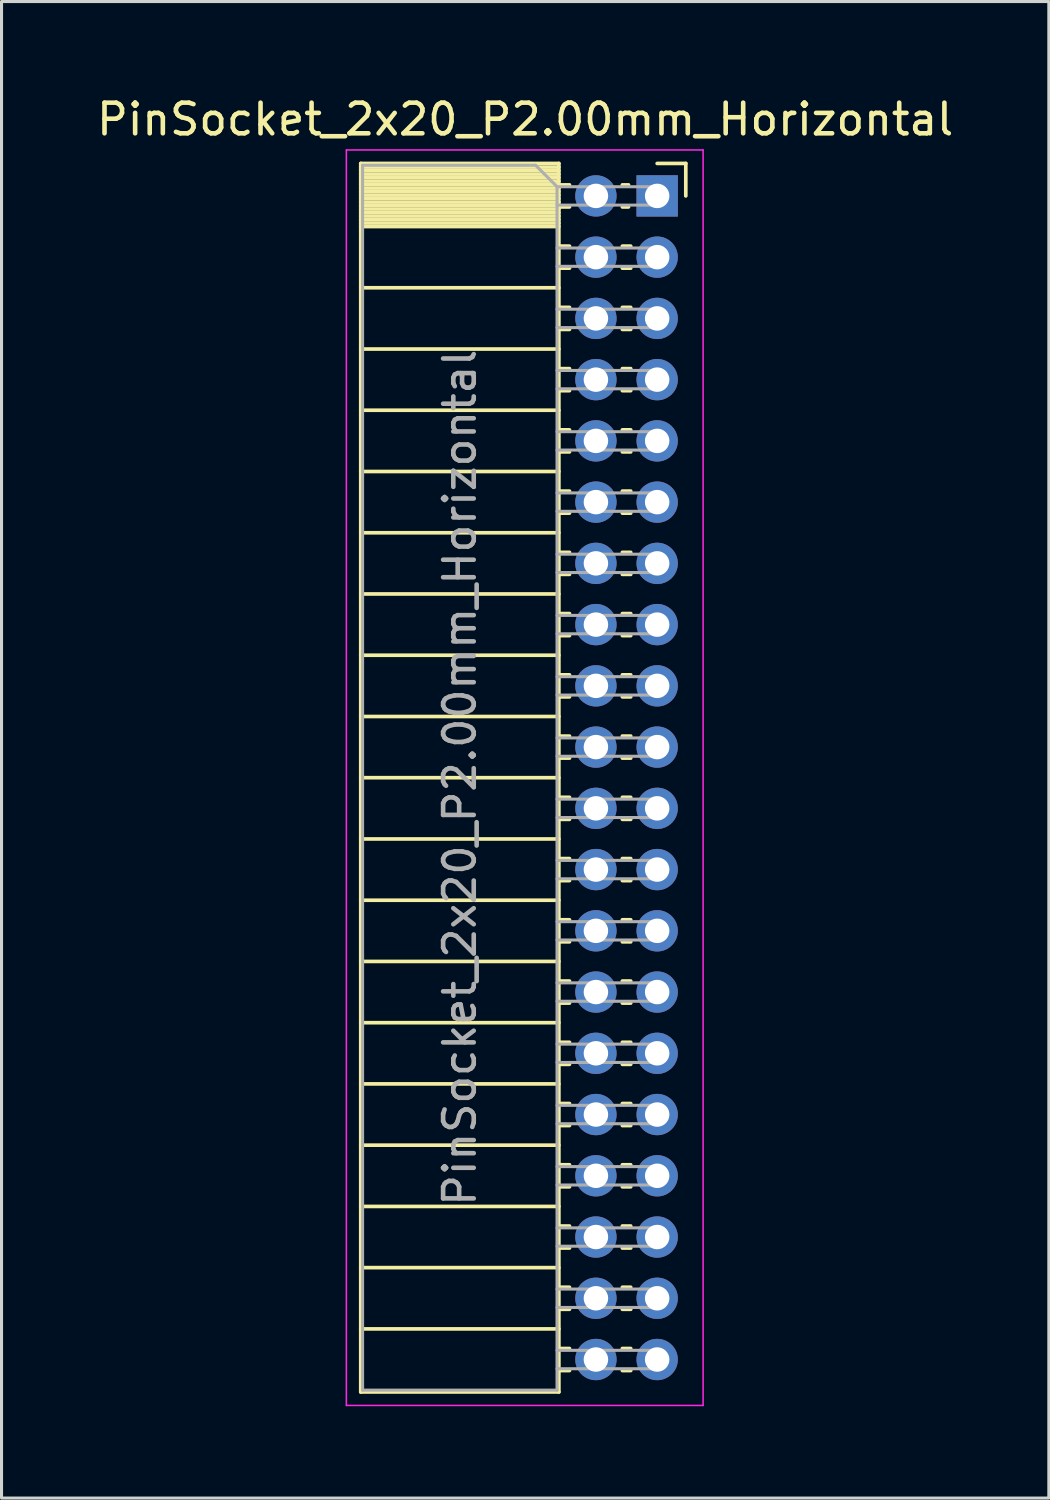
<source format=kicad_pcb>
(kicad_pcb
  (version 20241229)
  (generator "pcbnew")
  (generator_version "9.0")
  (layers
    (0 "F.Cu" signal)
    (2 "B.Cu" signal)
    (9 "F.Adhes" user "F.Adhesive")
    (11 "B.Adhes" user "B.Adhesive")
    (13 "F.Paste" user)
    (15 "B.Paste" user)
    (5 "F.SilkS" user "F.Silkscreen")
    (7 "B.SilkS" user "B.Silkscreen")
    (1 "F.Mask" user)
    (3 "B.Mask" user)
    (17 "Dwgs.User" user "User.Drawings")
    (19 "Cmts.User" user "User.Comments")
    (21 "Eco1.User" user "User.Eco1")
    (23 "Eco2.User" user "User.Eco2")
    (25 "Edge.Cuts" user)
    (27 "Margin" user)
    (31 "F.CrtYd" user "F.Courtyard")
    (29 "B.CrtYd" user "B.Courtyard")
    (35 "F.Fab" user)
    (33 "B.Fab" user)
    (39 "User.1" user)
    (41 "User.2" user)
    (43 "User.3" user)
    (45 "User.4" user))
  (footprint "PinSocket_2x20_P2.00mm_Horizontal"
    (layer "F.Cu")
    (at 18.411 3.348)
    (property "Reference" "PinSocket_2x20_P2.00mm_Horizontal" (at -4.31 -2.5 0) (layer "F.SilkS") (effects (font (size 1 1) (thickness 0.15))))
    (attr through_hole)
    (fp_line (start -9.68 -1.06) (end -9.68 39.06) (stroke (width 0.12) (type solid)) (layer "F.SilkS"))
    (fp_line (start -9.68 -1.06) (end -3.21 -1.06) (stroke (width 0.12) (type solid)) (layer "F.SilkS"))
    (fp_line (start -9.68 -0.94) (end -3.21 -0.94) (stroke (width 0.12) (type solid)) (layer "F.SilkS"))
    (fp_line (start -9.68 -0.826) (end -3.21 -0.826) (stroke (width 0.12) (type solid)) (layer "F.SilkS"))
    (fp_line (start -9.68 -0.712) (end -3.21 -0.712) (stroke (width 0.12) (type solid)) (layer "F.SilkS"))
    (fp_line (start -9.68 -0.598) (end -3.21 -0.598) (stroke (width 0.12) (type solid)) (layer "F.SilkS"))
    (fp_line (start -9.68 -0.484) (end -3.21 -0.484) (stroke (width 0.12) (type solid)) (layer "F.SilkS"))
    (fp_line (start -9.68 -0.369) (end -3.21 -0.369) (stroke (width 0.12) (type solid)) (layer "F.SilkS"))
    (fp_line (start -9.68 -0.255) (end -3.21 -0.255) (stroke (width 0.12) (type solid)) (layer "F.SilkS"))
    (fp_line (start -9.68 -0.141) (end -3.21 -0.141) (stroke (width 0.12) (type solid)) (layer "F.SilkS"))
    (fp_line (start -9.68 -0.027) (end -3.21 -0.027) (stroke (width 0.12) (type solid)) (layer "F.SilkS"))
    (fp_line (start -9.68 0.087) (end -3.21 0.087) (stroke (width 0.12) (type solid)) (layer "F.SilkS"))
    (fp_line (start -9.68 0.201) (end -3.21 0.201) (stroke (width 0.12) (type solid)) (layer "F.SilkS"))
    (fp_line (start -9.68 0.315) (end -3.21 0.315) (stroke (width 0.12) (type solid)) (layer "F.SilkS"))
    (fp_line (start -9.68 0.429) (end -3.21 0.429) (stroke (width 0.12) (type solid)) (layer "F.SilkS"))
    (fp_line (start -9.68 0.544) (end -3.21 0.544) (stroke (width 0.12) (type solid)) (layer "F.SilkS"))
    (fp_line (start -9.68 0.658) (end -3.21 0.658) (stroke (width 0.12) (type solid)) (layer "F.SilkS"))
    (fp_line (start -9.68 0.772) (end -3.21 0.772) (stroke (width 0.12) (type solid)) (layer "F.SilkS"))
    (fp_line (start -9.68 0.886) (end -3.21 0.886) (stroke (width 0.12) (type solid)) (layer "F.SilkS"))
    (fp_line (start -9.68 1) (end -3.21 1) (stroke (width 0.12) (type solid)) (layer "F.SilkS"))
    (fp_line (start -9.68 3) (end -3.21 3) (stroke (width 0.12) (type solid)) (layer "F.SilkS"))
    (fp_line (start -9.68 5) (end -3.21 5) (stroke (width 0.12) (type solid)) (layer "F.SilkS"))
    (fp_line (start -9.68 7) (end -3.21 7) (stroke (width 0.12) (type solid)) (layer "F.SilkS"))
    (fp_line (start -9.68 9) (end -3.21 9) (stroke (width 0.12) (type solid)) (layer "F.SilkS"))
    (fp_line (start -9.68 11) (end -3.21 11) (stroke (width 0.12) (type solid)) (layer "F.SilkS"))
    (fp_line (start -9.68 13) (end -3.21 13) (stroke (width 0.12) (type solid)) (layer "F.SilkS"))
    (fp_line (start -9.68 15) (end -3.21 15) (stroke (width 0.12) (type solid)) (layer "F.SilkS"))
    (fp_line (start -9.68 17) (end -3.21 17) (stroke (width 0.12) (type solid)) (layer "F.SilkS"))
    (fp_line (start -9.68 19) (end -3.21 19) (stroke (width 0.12) (type solid)) (layer "F.SilkS"))
    (fp_line (start -9.68 21) (end -3.21 21) (stroke (width 0.12) (type solid)) (layer "F.SilkS"))
    (fp_line (start -9.68 23) (end -3.21 23) (stroke (width 0.12) (type solid)) (layer "F.SilkS"))
    (fp_line (start -9.68 25) (end -3.21 25) (stroke (width 0.12) (type solid)) (layer "F.SilkS"))
    (fp_line (start -9.68 27) (end -3.21 27) (stroke (width 0.12) (type solid)) (layer "F.SilkS"))
    (fp_line (start -9.68 29) (end -3.21 29) (stroke (width 0.12) (type solid)) (layer "F.SilkS"))
    (fp_line (start -9.68 31) (end -3.21 31) (stroke (width 0.12) (type solid)) (layer "F.SilkS"))
    (fp_line (start -9.68 33) (end -3.21 33) (stroke (width 0.12) (type solid)) (layer "F.SilkS"))
    (fp_line (start -9.68 35) (end -3.21 35) (stroke (width 0.12) (type solid)) (layer "F.SilkS"))
    (fp_line (start -9.68 37) (end -3.21 37) (stroke (width 0.12) (type solid)) (layer "F.SilkS"))
    (fp_line (start -9.68 39.06) (end -3.21 39.06) (stroke (width 0.12) (type solid)) (layer "F.SilkS"))
    (fp_line (start -3.21 -1.06) (end -3.21 39.06) (stroke (width 0.12) (type solid)) (layer "F.SilkS"))
    (fp_line (start -3.21 -0.36) (end -2.863 -0.36) (stroke (width 0.12) (type solid)) (layer "F.SilkS"))
    (fp_line (start -3.21 0.36) (end -2.863 0.36) (stroke (width 0.12) (type solid)) (layer "F.SilkS"))
    (fp_line (start -3.21 1.64) (end -2.863 1.64) (stroke (width 0.12) (type solid)) (layer "F.SilkS"))
    (fp_line (start -3.21 2.36) (end -2.863 2.36) (stroke (width 0.12) (type solid)) (layer "F.SilkS"))
    (fp_line (start -3.21 3.64) (end -2.863 3.64) (stroke (width 0.12) (type solid)) (layer "F.SilkS"))
    (fp_line (start -3.21 4.36) (end -2.863 4.36) (stroke (width 0.12) (type solid)) (layer "F.SilkS"))
    (fp_line (start -3.21 5.64) (end -2.863 5.64) (stroke (width 0.12) (type solid)) (layer "F.SilkS"))
    (fp_line (start -3.21 6.36) (end -2.863 6.36) (stroke (width 0.12) (type solid)) (layer "F.SilkS"))
    (fp_line (start -3.21 7.64) (end -2.863 7.64) (stroke (width 0.12) (type solid)) (layer "F.SilkS"))
    (fp_line (start -3.21 8.36) (end -2.863 8.36) (stroke (width 0.12) (type solid)) (layer "F.SilkS"))
    (fp_line (start -3.21 9.64) (end -2.863 9.64) (stroke (width 0.12) (type solid)) (layer "F.SilkS"))
    (fp_line (start -3.21 10.36) (end -2.863 10.36) (stroke (width 0.12) (type solid)) (layer "F.SilkS"))
    (fp_line (start -3.21 11.64) (end -2.863 11.64) (stroke (width 0.12) (type solid)) (layer "F.SilkS"))
    (fp_line (start -3.21 12.36) (end -2.863 12.36) (stroke (width 0.12) (type solid)) (layer "F.SilkS"))
    (fp_line (start -3.21 13.64) (end -2.863 13.64) (stroke (width 0.12) (type solid)) (layer "F.SilkS"))
    (fp_line (start -3.21 14.36) (end -2.863 14.36) (stroke (width 0.12) (type solid)) (layer "F.SilkS"))
    (fp_line (start -3.21 15.64) (end -2.863 15.64) (stroke (width 0.12) (type solid)) (layer "F.SilkS"))
    (fp_line (start -3.21 16.36) (end -2.863 16.36) (stroke (width 0.12) (type solid)) (layer "F.SilkS"))
    (fp_line (start -3.21 17.64) (end -2.863 17.64) (stroke (width 0.12) (type solid)) (layer "F.SilkS"))
    (fp_line (start -3.21 18.36) (end -2.863 18.36) (stroke (width 0.12) (type solid)) (layer "F.SilkS"))
    (fp_line (start -3.21 19.64) (end -2.863 19.64) (stroke (width 0.12) (type solid)) (layer "F.SilkS"))
    (fp_line (start -3.21 20.36) (end -2.863 20.36) (stroke (width 0.12) (type solid)) (layer "F.SilkS"))
    (fp_line (start -3.21 21.64) (end -2.863 21.64) (stroke (width 0.12) (type solid)) (layer "F.SilkS"))
    (fp_line (start -3.21 22.36) (end -2.863 22.36) (stroke (width 0.12) (type solid)) (layer "F.SilkS"))
    (fp_line (start -3.21 23.64) (end -2.863 23.64) (stroke (width 0.12) (type solid)) (layer "F.SilkS"))
    (fp_line (start -3.21 24.36) (end -2.863 24.36) (stroke (width 0.12) (type solid)) (layer "F.SilkS"))
    (fp_line (start -3.21 25.64) (end -2.863 25.64) (stroke (width 0.12) (type solid)) (layer "F.SilkS"))
    (fp_line (start -3.21 26.36) (end -2.863 26.36) (stroke (width 0.12) (type solid)) (layer "F.SilkS"))
    (fp_line (start -3.21 27.64) (end -2.863 27.64) (stroke (width 0.12) (type solid)) (layer "F.SilkS"))
    (fp_line (start -3.21 28.36) (end -2.863 28.36) (stroke (width 0.12) (type solid)) (layer "F.SilkS"))
    (fp_line (start -3.21 29.64) (end -2.863 29.64) (stroke (width 0.12) (type solid)) (layer "F.SilkS"))
    (fp_line (start -3.21 30.36) (end -2.863 30.36) (stroke (width 0.12) (type solid)) (layer "F.SilkS"))
    (fp_line (start -3.21 31.64) (end -2.863 31.64) (stroke (width 0.12) (type solid)) (layer "F.SilkS"))
    (fp_line (start -3.21 32.36) (end -2.863 32.36) (stroke (width 0.12) (type solid)) (layer "F.SilkS"))
    (fp_line (start -3.21 33.64) (end -2.863 33.64) (stroke (width 0.12) (type solid)) (layer "F.SilkS"))
    (fp_line (start -3.21 34.36) (end -2.863 34.36) (stroke (width 0.12) (type solid)) (layer "F.SilkS"))
    (fp_line (start -3.21 35.64) (end -2.863 35.64) (stroke (width 0.12) (type solid)) (layer "F.SilkS"))
    (fp_line (start -3.21 36.36) (end -2.863 36.36) (stroke (width 0.12) (type solid)) (layer "F.SilkS"))
    (fp_line (start -3.21 37.64) (end -2.863 37.64) (stroke (width 0.12) (type solid)) (layer "F.SilkS"))
    (fp_line (start -3.21 38.36) (end -2.863 38.36) (stroke (width 0.12) (type solid)) (layer "F.SilkS"))
    (fp_line (start -1.137 -0.36) (end -0.935 -0.36) (stroke (width 0.12) (type solid)) (layer "F.SilkS"))
    (fp_line (start -1.137 0.36) (end -0.935 0.36) (stroke (width 0.12) (type solid)) (layer "F.SilkS"))
    (fp_line (start -1.137 1.64) (end -0.863 1.64) (stroke (width 0.12) (type solid)) (layer "F.SilkS"))
    (fp_line (start -1.137 2.36) (end -0.863 2.36) (stroke (width 0.12) (type solid)) (layer "F.SilkS"))
    (fp_line (start -1.137 3.64) (end -0.863 3.64) (stroke (width 0.12) (type solid)) (layer "F.SilkS"))
    (fp_line (start -1.137 4.36) (end -0.863 4.36) (stroke (width 0.12) (type solid)) (layer "F.SilkS"))
    (fp_line (start -1.137 5.64) (end -0.863 5.64) (stroke (width 0.12) (type solid)) (layer "F.SilkS"))
    (fp_line (start -1.137 6.36) (end -0.863 6.36) (stroke (width 0.12) (type solid)) (layer "F.SilkS"))
    (fp_line (start -1.137 7.64) (end -0.863 7.64) (stroke (width 0.12) (type solid)) (layer "F.SilkS"))
    (fp_line (start -1.137 8.36) (end -0.863 8.36) (stroke (width 0.12) (type solid)) (layer "F.SilkS"))
    (fp_line (start -1.137 9.64) (end -0.863 9.64) (stroke (width 0.12) (type solid)) (layer "F.SilkS"))
    (fp_line (start -1.137 10.36) (end -0.863 10.36) (stroke (width 0.12) (type solid)) (layer "F.SilkS"))
    (fp_line (start -1.137 11.64) (end -0.863 11.64) (stroke (width 0.12) (type solid)) (layer "F.SilkS"))
    (fp_line (start -1.137 12.36) (end -0.863 12.36) (stroke (width 0.12) (type solid)) (layer "F.SilkS"))
    (fp_line (start -1.137 13.64) (end -0.863 13.64) (stroke (width 0.12) (type solid)) (layer "F.SilkS"))
    (fp_line (start -1.137 14.36) (end -0.863 14.36) (stroke (width 0.12) (type solid)) (layer "F.SilkS"))
    (fp_line (start -1.137 15.64) (end -0.863 15.64) (stroke (width 0.12) (type solid)) (layer "F.SilkS"))
    (fp_line (start -1.137 16.36) (end -0.863 16.36) (stroke (width 0.12) (type solid)) (layer "F.SilkS"))
    (fp_line (start -1.137 17.64) (end -0.863 17.64) (stroke (width 0.12) (type solid)) (layer "F.SilkS"))
    (fp_line (start -1.137 18.36) (end -0.863 18.36) (stroke (width 0.12) (type solid)) (layer "F.SilkS"))
    (fp_line (start -1.137 19.64) (end -0.863 19.64) (stroke (width 0.12) (type solid)) (layer "F.SilkS"))
    (fp_line (start -1.137 20.36) (end -0.863 20.36) (stroke (width 0.12) (type solid)) (layer "F.SilkS"))
    (fp_line (start -1.137 21.64) (end -0.863 21.64) (stroke (width 0.12) (type solid)) (layer "F.SilkS"))
    (fp_line (start -1.137 22.36) (end -0.863 22.36) (stroke (width 0.12) (type solid)) (layer "F.SilkS"))
    (fp_line (start -1.137 23.64) (end -0.863 23.64) (stroke (width 0.12) (type solid)) (layer "F.SilkS"))
    (fp_line (start -1.137 24.36) (end -0.863 24.36) (stroke (width 0.12) (type solid)) (layer "F.SilkS"))
    (fp_line (start -1.137 25.64) (end -0.863 25.64) (stroke (width 0.12) (type solid)) (layer "F.SilkS"))
    (fp_line (start -1.137 26.36) (end -0.863 26.36) (stroke (width 0.12) (type solid)) (layer "F.SilkS"))
    (fp_line (start -1.137 27.64) (end -0.863 27.64) (stroke (width 0.12) (type solid)) (layer "F.SilkS"))
    (fp_line (start -1.137 28.36) (end -0.863 28.36) (stroke (width 0.12) (type solid)) (layer "F.SilkS"))
    (fp_line (start -1.137 29.64) (end -0.863 29.64) (stroke (width 0.12) (type solid)) (layer "F.SilkS"))
    (fp_line (start -1.137 30.36) (end -0.863 30.36) (stroke (width 0.12) (type solid)) (layer "F.SilkS"))
    (fp_line (start -1.137 31.64) (end -0.863 31.64) (stroke (width 0.12) (type solid)) (layer "F.SilkS"))
    (fp_line (start -1.137 32.36) (end -0.863 32.36) (stroke (width 0.12) (type solid)) (layer "F.SilkS"))
    (fp_line (start -1.137 33.64) (end -0.863 33.64) (stroke (width 0.12) (type solid)) (layer "F.SilkS"))
    (fp_line (start -1.137 34.36) (end -0.863 34.36) (stroke (width 0.12) (type solid)) (layer "F.SilkS"))
    (fp_line (start -1.137 35.64) (end -0.863 35.64) (stroke (width 0.12) (type solid)) (layer "F.SilkS"))
    (fp_line (start -1.137 36.36) (end -0.863 36.36) (stroke (width 0.12) (type solid)) (layer "F.SilkS"))
    (fp_line (start -1.137 37.64) (end -0.863 37.64) (stroke (width 0.12) (type solid)) (layer "F.SilkS"))
    (fp_line (start -1.137 38.36) (end -0.863 38.36) (stroke (width 0.12) (type solid)) (layer "F.SilkS"))
    (fp_line (start 0 -1.06) (end 0.935 -1.06) (stroke (width 0.12) (type solid)) (layer "F.SilkS"))
    (fp_line (start 0.935 -1.06) (end 0.935 0) (stroke (width 0.12) (type solid)) (layer "F.SilkS"))
    (fp_line (start -10.15 -1.5) (end -10.15 39.5) (stroke (width 0.05) (type solid)) (layer "F.CrtYd"))
    (fp_line (start -10.15 39.5) (end 1.5 39.5) (stroke (width 0.05) (type solid)) (layer "F.CrtYd"))
    (fp_line (start 1.5 -1.5) (end -10.15 -1.5) (stroke (width 0.05) (type solid)) (layer "F.CrtYd"))
    (fp_line (start 1.5 39.5) (end 1.5 -1.5) (stroke (width 0.05) (type solid)) (layer "F.CrtYd"))
    (fp_line (start -9.62 -1) (end -3.97 -1) (stroke (width 0.1) (type solid)) (layer "F.Fab"))
    (fp_line (start -9.62 39) (end -9.62 -1) (stroke (width 0.1) (type solid)) (layer "F.Fab"))
    (fp_line (start -3.97 -1) (end -3.27 -0.3) (stroke (width 0.1) (type solid)) (layer "F.Fab"))
    (fp_line (start -3.27 -0.3) (end -3.27 39) (stroke (width 0.1) (type solid)) (layer "F.Fab"))
    (fp_line (start -3.27 0.3) (end 0 0.3) (stroke (width 0.1) (type solid)) (layer "F.Fab"))
    (fp_line (start -3.27 2.3) (end 0 2.3) (stroke (width 0.1) (type solid)) (layer "F.Fab"))
    (fp_line (start -3.27 4.3) (end 0 4.3) (stroke (width 0.1) (type solid)) (layer "F.Fab"))
    (fp_line (start -3.27 6.3) (end 0 6.3) (stroke (width 0.1) (type solid)) (layer "F.Fab"))
    (fp_line (start -3.27 8.3) (end 0 8.3) (stroke (width 0.1) (type solid)) (layer "F.Fab"))
    (fp_line (start -3.27 10.3) (end 0 10.3) (stroke (width 0.1) (type solid)) (layer "F.Fab"))
    (fp_line (start -3.27 12.3) (end 0 12.3) (stroke (width 0.1) (type solid)) (layer "F.Fab"))
    (fp_line (start -3.27 14.3) (end 0 14.3) (stroke (width 0.1) (type solid)) (layer "F.Fab"))
    (fp_line (start -3.27 16.3) (end 0 16.3) (stroke (width 0.1) (type solid)) (layer "F.Fab"))
    (fp_line (start -3.27 18.3) (end 0 18.3) (stroke (width 0.1) (type solid)) (layer "F.Fab"))
    (fp_line (start -3.27 20.3) (end 0 20.3) (stroke (width 0.1) (type solid)) (layer "F.Fab"))
    (fp_line (start -3.27 22.3) (end 0 22.3) (stroke (width 0.1) (type solid)) (layer "F.Fab"))
    (fp_line (start -3.27 24.3) (end 0 24.3) (stroke (width 0.1) (type solid)) (layer "F.Fab"))
    (fp_line (start -3.27 26.3) (end 0 26.3) (stroke (width 0.1) (type solid)) (layer "F.Fab"))
    (fp_line (start -3.27 28.3) (end 0 28.3) (stroke (width 0.1) (type solid)) (layer "F.Fab"))
    (fp_line (start -3.27 30.3) (end 0 30.3) (stroke (width 0.1) (type solid)) (layer "F.Fab"))
    (fp_line (start -3.27 32.3) (end 0 32.3) (stroke (width 0.1) (type solid)) (layer "F.Fab"))
    (fp_line (start -3.27 34.3) (end 0 34.3) (stroke (width 0.1) (type solid)) (layer "F.Fab"))
    (fp_line (start -3.27 36.3) (end 0 36.3) (stroke (width 0.1) (type solid)) (layer "F.Fab"))
    (fp_line (start -3.27 38.3) (end 0 38.3) (stroke (width 0.1) (type solid)) (layer "F.Fab"))
    (fp_line (start -3.27 39) (end -9.62 39) (stroke (width 0.1) (type solid)) (layer "F.Fab"))
    (fp_line (start 0 -0.3) (end -3.27 -0.3) (stroke (width 0.1) (type solid)) (layer "F.Fab"))
    (fp_line (start 0 0.3) (end 0 -0.3) (stroke (width 0.1) (type solid)) (layer "F.Fab"))
    (fp_line (start 0 1.7) (end -3.27 1.7) (stroke (width 0.1) (type solid)) (layer "F.Fab"))
    (fp_line (start 0 2.3) (end 0 1.7) (stroke (width 0.1) (type solid)) (layer "F.Fab"))
    (fp_line (start 0 3.7) (end -3.27 3.7) (stroke (width 0.1) (type solid)) (layer "F.Fab"))
    (fp_line (start 0 4.3) (end 0 3.7) (stroke (width 0.1) (type solid)) (layer "F.Fab"))
    (fp_line (start 0 5.7) (end -3.27 5.7) (stroke (width 0.1) (type solid)) (layer "F.Fab"))
    (fp_line (start 0 6.3) (end 0 5.7) (stroke (width 0.1) (type solid)) (layer "F.Fab"))
    (fp_line (start 0 7.7) (end -3.27 7.7) (stroke (width 0.1) (type solid)) (layer "F.Fab"))
    (fp_line (start 0 8.3) (end 0 7.7) (stroke (width 0.1) (type solid)) (layer "F.Fab"))
    (fp_line (start 0 9.7) (end -3.27 9.7) (stroke (width 0.1) (type solid)) (layer "F.Fab"))
    (fp_line (start 0 10.3) (end 0 9.7) (stroke (width 0.1) (type solid)) (layer "F.Fab"))
    (fp_line (start 0 11.7) (end -3.27 11.7) (stroke (width 0.1) (type solid)) (layer "F.Fab"))
    (fp_line (start 0 12.3) (end 0 11.7) (stroke (width 0.1) (type solid)) (layer "F.Fab"))
    (fp_line (start 0 13.7) (end -3.27 13.7) (stroke (width 0.1) (type solid)) (layer "F.Fab"))
    (fp_line (start 0 14.3) (end 0 13.7) (stroke (width 0.1) (type solid)) (layer "F.Fab"))
    (fp_line (start 0 15.7) (end -3.27 15.7) (stroke (width 0.1) (type solid)) (layer "F.Fab"))
    (fp_line (start 0 16.3) (end 0 15.7) (stroke (width 0.1) (type solid)) (layer "F.Fab"))
    (fp_line (start 0 17.7) (end -3.27 17.7) (stroke (width 0.1) (type solid)) (layer "F.Fab"))
    (fp_line (start 0 18.3) (end 0 17.7) (stroke (width 0.1) (type solid)) (layer "F.Fab"))
    (fp_line (start 0 19.7) (end -3.27 19.7) (stroke (width 0.1) (type solid)) (layer "F.Fab"))
    (fp_line (start 0 20.3) (end 0 19.7) (stroke (width 0.1) (type solid)) (layer "F.Fab"))
    (fp_line (start 0 21.7) (end -3.27 21.7) (stroke (width 0.1) (type solid)) (layer "F.Fab"))
    (fp_line (start 0 22.3) (end 0 21.7) (stroke (width 0.1) (type solid)) (layer "F.Fab"))
    (fp_line (start 0 23.7) (end -3.27 23.7) (stroke (width 0.1) (type solid)) (layer "F.Fab"))
    (fp_line (start 0 24.3) (end 0 23.7) (stroke (width 0.1) (type solid)) (layer "F.Fab"))
    (fp_line (start 0 25.7) (end -3.27 25.7) (stroke (width 0.1) (type solid)) (layer "F.Fab"))
    (fp_line (start 0 26.3) (end 0 25.7) (stroke (width 0.1) (type solid)) (layer "F.Fab"))
    (fp_line (start 0 27.7) (end -3.27 27.7) (stroke (width 0.1) (type solid)) (layer "F.Fab"))
    (fp_line (start 0 28.3) (end 0 27.7) (stroke (width 0.1) (type solid)) (layer "F.Fab"))
    (fp_line (start 0 29.7) (end -3.27 29.7) (stroke (width 0.1) (type solid)) (layer "F.Fab"))
    (fp_line (start 0 30.3) (end 0 29.7) (stroke (width 0.1) (type solid)) (layer "F.Fab"))
    (fp_line (start 0 31.7) (end -3.27 31.7) (stroke (width 0.1) (type solid)) (layer "F.Fab"))
    (fp_line (start 0 32.3) (end 0 31.7) (stroke (width 0.1) (type solid)) (layer "F.Fab"))
    (fp_line (start 0 33.7) (end -3.27 33.7) (stroke (width 0.1) (type solid)) (layer "F.Fab"))
    (fp_line (start 0 34.3) (end 0 33.7) (stroke (width 0.1) (type solid)) (layer "F.Fab"))
    (fp_line (start 0 35.7) (end -3.27 35.7) (stroke (width 0.1) (type solid)) (layer "F.Fab"))
    (fp_line (start 0 36.3) (end 0 35.7) (stroke (width 0.1) (type solid)) (layer "F.Fab"))
    (fp_line (start 0 37.7) (end -3.27 37.7) (stroke (width 0.1) (type solid)) (layer "F.Fab"))
    (fp_line (start 0 38.3) (end 0 37.7) (stroke (width 0.1) (type solid)) (layer "F.Fab"))
    (fp_text user "${REFERENCE}" (at -6.445 19 90) (layer "F.Fab") (effects (font (size 1 1) (thickness 0.15))))
    (pad "1" thru_hole rect (at 0 0) (size 1.35 1.35) (drill 0.8) (layers "*.Cu" "*.Mask"))
    (pad "2" thru_hole oval (at -2 0) (size 1.35 1.35) (drill 0.8) (layers "*.Cu" "*.Mask"))
    (pad "3" thru_hole oval (at 0 2) (size 1.35 1.35) (drill 0.8) (layers "*.Cu" "*.Mask"))
    (pad "4" thru_hole oval (at -2 2) (size 1.35 1.35) (drill 0.8) (layers "*.Cu" "*.Mask"))
    (pad "5" thru_hole oval (at 0 4) (size 1.35 1.35) (drill 0.8) (layers "*.Cu" "*.Mask"))
    (pad "6" thru_hole oval (at -2 4) (size 1.35 1.35) (drill 0.8) (layers "*.Cu" "*.Mask"))
    (pad "7" thru_hole oval (at 0 6) (size 1.35 1.35) (drill 0.8) (layers "*.Cu" "*.Mask"))
    (pad "8" thru_hole oval (at -2 6) (size 1.35 1.35) (drill 0.8) (layers "*.Cu" "*.Mask"))
    (pad "9" thru_hole oval (at 0 8) (size 1.35 1.35) (drill 0.8) (layers "*.Cu" "*.Mask"))
    (pad "10" thru_hole oval (at -2 8) (size 1.35 1.35) (drill 0.8) (layers "*.Cu" "*.Mask"))
    (pad "11" thru_hole oval (at 0 10) (size 1.35 1.35) (drill 0.8) (layers "*.Cu" "*.Mask"))
    (pad "12" thru_hole oval (at -2 10) (size 1.35 1.35) (drill 0.8) (layers "*.Cu" "*.Mask"))
    (pad "13" thru_hole oval (at 0 12) (size 1.35 1.35) (drill 0.8) (layers "*.Cu" "*.Mask"))
    (pad "14" thru_hole oval (at -2 12) (size 1.35 1.35) (drill 0.8) (layers "*.Cu" "*.Mask"))
    (pad "15" thru_hole oval (at 0 14) (size 1.35 1.35) (drill 0.8) (layers "*.Cu" "*.Mask"))
    (pad "16" thru_hole oval (at -2 14) (size 1.35 1.35) (drill 0.8) (layers "*.Cu" "*.Mask"))
    (pad "17" thru_hole oval (at 0 16) (size 1.35 1.35) (drill 0.8) (layers "*.Cu" "*.Mask"))
    (pad "18" thru_hole oval (at -2 16) (size 1.35 1.35) (drill 0.8) (layers "*.Cu" "*.Mask"))
    (pad "19" thru_hole oval (at 0 18) (size 1.35 1.35) (drill 0.8) (layers "*.Cu" "*.Mask"))
    (pad "20" thru_hole oval (at -2 18) (size 1.35 1.35) (drill 0.8) (layers "*.Cu" "*.Mask"))
    (pad "21" thru_hole oval (at 0 20) (size 1.35 1.35) (drill 0.8) (layers "*.Cu" "*.Mask"))
    (pad "22" thru_hole oval (at -2 20) (size 1.35 1.35) (drill 0.8) (layers "*.Cu" "*.Mask"))
    (pad "23" thru_hole oval (at 0 22) (size 1.35 1.35) (drill 0.8) (layers "*.Cu" "*.Mask"))
    (pad "24" thru_hole oval (at -2 22) (size 1.35 1.35) (drill 0.8) (layers "*.Cu" "*.Mask"))
    (pad "25" thru_hole oval (at 0 24) (size 1.35 1.35) (drill 0.8) (layers "*.Cu" "*.Mask"))
    (pad "26" thru_hole oval (at -2 24) (size 1.35 1.35) (drill 0.8) (layers "*.Cu" "*.Mask"))
    (pad "27" thru_hole oval (at 0 26) (size 1.35 1.35) (drill 0.8) (layers "*.Cu" "*.Mask"))
    (pad "28" thru_hole oval (at -2 26) (size 1.35 1.35) (drill 0.8) (layers "*.Cu" "*.Mask"))
    (pad "29" thru_hole oval (at 0 28) (size 1.35 1.35) (drill 0.8) (layers "*.Cu" "*.Mask"))
    (pad "30" thru_hole oval (at -2 28) (size 1.35 1.35) (drill 0.8) (layers "*.Cu" "*.Mask"))
    (pad "31" thru_hole oval (at 0 30) (size 1.35 1.35) (drill 0.8) (layers "*.Cu" "*.Mask"))
    (pad "32" thru_hole oval (at -2 30) (size 1.35 1.35) (drill 0.8) (layers "*.Cu" "*.Mask"))
    (pad "33" thru_hole oval (at 0 32) (size 1.35 1.35) (drill 0.8) (layers "*.Cu" "*.Mask"))
    (pad "34" thru_hole oval (at -2 32) (size 1.35 1.35) (drill 0.8) (layers "*.Cu" "*.Mask"))
    (pad "35" thru_hole oval (at 0 34) (size 1.35 1.35) (drill 0.8) (layers "*.Cu" "*.Mask"))
    (pad "36" thru_hole oval (at -2 34) (size 1.35 1.35) (drill 0.8) (layers "*.Cu" "*.Mask"))
    (pad "37" thru_hole oval (at 0 36) (size 1.35 1.35) (drill 0.8) (layers "*.Cu" "*.Mask"))
    (pad "38" thru_hole oval (at -2 36) (size 1.35 1.35) (drill 0.8) (layers "*.Cu" "*.Mask"))
    (pad "39" thru_hole oval (at 0 38) (size 1.35 1.35) (drill 0.8) (layers "*.Cu" "*.Mask"))
    (pad "40" thru_hole oval (at -2 38) (size 1.35 1.35) (drill 0.8) (layers "*.Cu" "*.Mask")))
  (gr_rect
    (start -3 -3)
    (end 31.202 45.873)
    (stroke (width 0.1) (type default))
    (fill no)
    (layer "Edge.Cuts")))
</source>
